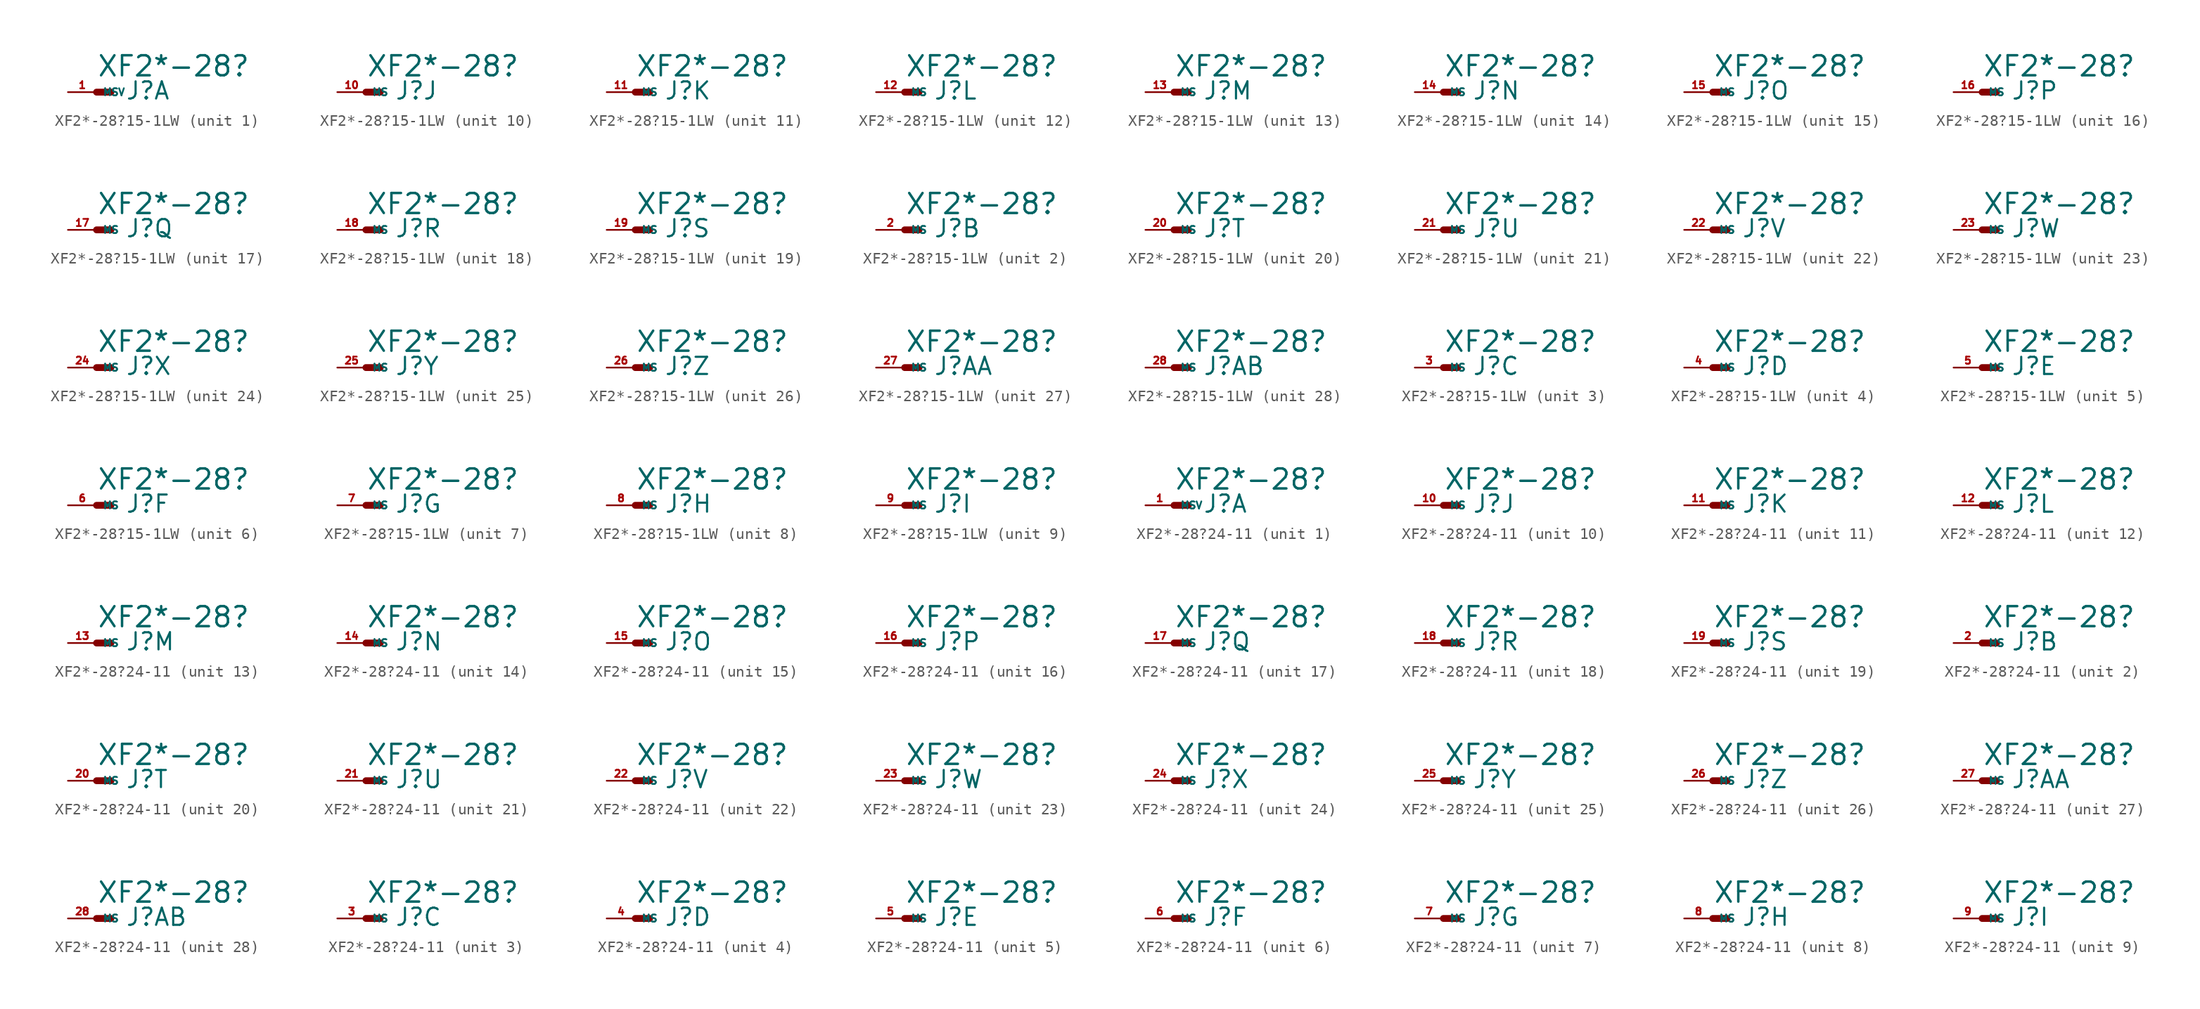
<source format=kicad_sym>
(kicad_symbol_lib
  (version 20220914)
  (generator Eagle2Kicad)
  (symbol "XF2*-28?15-1LW"
    (property "Reference" "J"
      (at 2.54 -0.762 0)
      (effects (font (size 1.524 1.524) (thickness 0.19)) (justify left bottom)))
    (property "Value" "XF2*-28?"
      (at 0 1.27 0)
      (effects (font (size 1.778 1.778) (thickness 0.22)) (justify left bottom)))
    (symbol "XF2*-28?15-1LW_1_0"
      (polyline (pts (xy 0 0) (xy 1.27 0)) (stroke (width 0.61) (type default)) (fill (type none)))
      (pin passive line (at -2.54 0 0) (length 2.54) (name "MSV" (effects (font (size 0.635 0.635) (thickness 0.08)) (justify left bottom))) (number "1" (effects (font (size 0.635 0.635) (thickness 0.08)) (justify left bottom)))))
    (symbol "XF2*-28?15-1LW_2_0"
      (polyline (pts (xy 0 0) (xy 1.27 0)) (stroke (width 0.61) (type default)) (fill (type none)))
      (pin passive line (at -2.54 0 0) (length 2.54) (name "MS" (effects (font (size 0.635 0.635) (thickness 0.08)) (justify left bottom))) (number "2" (effects (font (size 0.635 0.635) (thickness 0.08)) (justify left bottom)))))
    (symbol "XF2*-28?15-1LW_3_0"
      (polyline (pts (xy 0 0) (xy 1.27 0)) (stroke (width 0.61) (type default)) (fill (type none)))
      (pin passive line (at -2.54 0 0) (length 2.54) (name "MS" (effects (font (size 0.635 0.635) (thickness 0.08)) (justify left bottom))) (number "3" (effects (font (size 0.635 0.635) (thickness 0.08)) (justify left bottom)))))
    (symbol "XF2*-28?15-1LW_4_0"
      (polyline (pts (xy 0 0) (xy 1.27 0)) (stroke (width 0.61) (type default)) (fill (type none)))
      (pin passive line (at -2.54 0 0) (length 2.54) (name "MS" (effects (font (size 0.635 0.635) (thickness 0.08)) (justify left bottom))) (number "4" (effects (font (size 0.635 0.635) (thickness 0.08)) (justify left bottom)))))
    (symbol "XF2*-28?15-1LW_5_0"
      (polyline (pts (xy 0 0) (xy 1.27 0)) (stroke (width 0.61) (type default)) (fill (type none)))
      (pin passive line (at -2.54 0 0) (length 2.54) (name "MS" (effects (font (size 0.635 0.635) (thickness 0.08)) (justify left bottom))) (number "5" (effects (font (size 0.635 0.635) (thickness 0.08)) (justify left bottom)))))
    (symbol "XF2*-28?15-1LW_6_0"
      (polyline (pts (xy 0 0) (xy 1.27 0)) (stroke (width 0.61) (type default)) (fill (type none)))
      (pin passive line (at -2.54 0 0) (length 2.54) (name "MS" (effects (font (size 0.635 0.635) (thickness 0.08)) (justify left bottom))) (number "6" (effects (font (size 0.635 0.635) (thickness 0.08)) (justify left bottom)))))
    (symbol "XF2*-28?15-1LW_7_0"
      (polyline (pts (xy 0 0) (xy 1.27 0)) (stroke (width 0.61) (type default)) (fill (type none)))
      (pin passive line (at -2.54 0 0) (length 2.54) (name "MS" (effects (font (size 0.635 0.635) (thickness 0.08)) (justify left bottom))) (number "7" (effects (font (size 0.635 0.635) (thickness 0.08)) (justify left bottom)))))
    (symbol "XF2*-28?15-1LW_8_0"
      (polyline (pts (xy 0 0) (xy 1.27 0)) (stroke (width 0.61) (type default)) (fill (type none)))
      (pin passive line (at -2.54 0 0) (length 2.54) (name "MS" (effects (font (size 0.635 0.635) (thickness 0.08)) (justify left bottom))) (number "8" (effects (font (size 0.635 0.635) (thickness 0.08)) (justify left bottom)))))
    (symbol "XF2*-28?15-1LW_9_0"
      (polyline (pts (xy 0 0) (xy 1.27 0)) (stroke (width 0.61) (type default)) (fill (type none)))
      (pin passive line (at -2.54 0 0) (length 2.54) (name "MS" (effects (font (size 0.635 0.635) (thickness 0.08)) (justify left bottom))) (number "9" (effects (font (size 0.635 0.635) (thickness 0.08)) (justify left bottom)))))
    (symbol "XF2*-28?15-1LW_10_0"
      (polyline (pts (xy 0 0) (xy 1.27 0)) (stroke (width 0.61) (type default)) (fill (type none)))
      (pin passive line (at -2.54 0 0) (length 2.54) (name "MS" (effects (font (size 0.635 0.635) (thickness 0.08)) (justify left bottom))) (number "10" (effects (font (size 0.635 0.635) (thickness 0.08)) (justify left bottom)))))
    (symbol "XF2*-28?15-1LW_11_0"
      (polyline (pts (xy 0 0) (xy 1.27 0)) (stroke (width 0.61) (type default)) (fill (type none)))
      (pin passive line (at -2.54 0 0) (length 2.54) (name "MS" (effects (font (size 0.635 0.635) (thickness 0.08)) (justify left bottom))) (number "11" (effects (font (size 0.635 0.635) (thickness 0.08)) (justify left bottom)))))
    (symbol "XF2*-28?15-1LW_12_0"
      (polyline (pts (xy 0 0) (xy 1.27 0)) (stroke (width 0.61) (type default)) (fill (type none)))
      (pin passive line (at -2.54 0 0) (length 2.54) (name "MS" (effects (font (size 0.635 0.635) (thickness 0.08)) (justify left bottom))) (number "12" (effects (font (size 0.635 0.635) (thickness 0.08)) (justify left bottom)))))
    (symbol "XF2*-28?15-1LW_13_0"
      (polyline (pts (xy 0 0) (xy 1.27 0)) (stroke (width 0.61) (type default)) (fill (type none)))
      (pin passive line (at -2.54 0 0) (length 2.54) (name "MS" (effects (font (size 0.635 0.635) (thickness 0.08)) (justify left bottom))) (number "13" (effects (font (size 0.635 0.635) (thickness 0.08)) (justify left bottom)))))
    (symbol "XF2*-28?15-1LW_14_0"
      (polyline (pts (xy 0 0) (xy 1.27 0)) (stroke (width 0.61) (type default)) (fill (type none)))
      (pin passive line (at -2.54 0 0) (length 2.54) (name "MS" (effects (font (size 0.635 0.635) (thickness 0.08)) (justify left bottom))) (number "14" (effects (font (size 0.635 0.635) (thickness 0.08)) (justify left bottom)))))
    (symbol "XF2*-28?15-1LW_15_0"
      (polyline (pts (xy 0 0) (xy 1.27 0)) (stroke (width 0.61) (type default)) (fill (type none)))
      (pin passive line (at -2.54 0 0) (length 2.54) (name "MS" (effects (font (size 0.635 0.635) (thickness 0.08)) (justify left bottom))) (number "15" (effects (font (size 0.635 0.635) (thickness 0.08)) (justify left bottom)))))
    (symbol "XF2*-28?15-1LW_16_0"
      (polyline (pts (xy 0 0) (xy 1.27 0)) (stroke (width 0.61) (type default)) (fill (type none)))
      (pin passive line (at -2.54 0 0) (length 2.54) (name "MS" (effects (font (size 0.635 0.635) (thickness 0.08)) (justify left bottom))) (number "16" (effects (font (size 0.635 0.635) (thickness 0.08)) (justify left bottom)))))
    (symbol "XF2*-28?15-1LW_17_0"
      (polyline (pts (xy 0 0) (xy 1.27 0)) (stroke (width 0.61) (type default)) (fill (type none)))
      (pin passive line (at -2.54 0 0) (length 2.54) (name "MS" (effects (font (size 0.635 0.635) (thickness 0.08)) (justify left bottom))) (number "17" (effects (font (size 0.635 0.635) (thickness 0.08)) (justify left bottom)))))
    (symbol "XF2*-28?15-1LW_18_0"
      (polyline (pts (xy 0 0) (xy 1.27 0)) (stroke (width 0.61) (type default)) (fill (type none)))
      (pin passive line (at -2.54 0 0) (length 2.54) (name "MS" (effects (font (size 0.635 0.635) (thickness 0.08)) (justify left bottom))) (number "18" (effects (font (size 0.635 0.635) (thickness 0.08)) (justify left bottom)))))
    (symbol "XF2*-28?15-1LW_19_0"
      (polyline (pts (xy 0 0) (xy 1.27 0)) (stroke (width 0.61) (type default)) (fill (type none)))
      (pin passive line (at -2.54 0 0) (length 2.54) (name "MS" (effects (font (size 0.635 0.635) (thickness 0.08)) (justify left bottom))) (number "19" (effects (font (size 0.635 0.635) (thickness 0.08)) (justify left bottom)))))
    (symbol "XF2*-28?15-1LW_20_0"
      (polyline (pts (xy 0 0) (xy 1.27 0)) (stroke (width 0.61) (type default)) (fill (type none)))
      (pin passive line (at -2.54 0 0) (length 2.54) (name "MS" (effects (font (size 0.635 0.635) (thickness 0.08)) (justify left bottom))) (number "20" (effects (font (size 0.635 0.635) (thickness 0.08)) (justify left bottom)))))
    (symbol "XF2*-28?15-1LW_21_0"
      (polyline (pts (xy 0 0) (xy 1.27 0)) (stroke (width 0.61) (type default)) (fill (type none)))
      (pin passive line (at -2.54 0 0) (length 2.54) (name "MS" (effects (font (size 0.635 0.635) (thickness 0.08)) (justify left bottom))) (number "21" (effects (font (size 0.635 0.635) (thickness 0.08)) (justify left bottom)))))
    (symbol "XF2*-28?15-1LW_22_0"
      (polyline (pts (xy 0 0) (xy 1.27 0)) (stroke (width 0.61) (type default)) (fill (type none)))
      (pin passive line (at -2.54 0 0) (length 2.54) (name "MS" (effects (font (size 0.635 0.635) (thickness 0.08)) (justify left bottom))) (number "22" (effects (font (size 0.635 0.635) (thickness 0.08)) (justify left bottom)))))
    (symbol "XF2*-28?15-1LW_23_0"
      (polyline (pts (xy 0 0) (xy 1.27 0)) (stroke (width 0.61) (type default)) (fill (type none)))
      (pin passive line (at -2.54 0 0) (length 2.54) (name "MS" (effects (font (size 0.635 0.635) (thickness 0.08)) (justify left bottom))) (number "23" (effects (font (size 0.635 0.635) (thickness 0.08)) (justify left bottom)))))
    (symbol "XF2*-28?15-1LW_24_0"
      (polyline (pts (xy 0 0) (xy 1.27 0)) (stroke (width 0.61) (type default)) (fill (type none)))
      (pin passive line (at -2.54 0 0) (length 2.54) (name "MS" (effects (font (size 0.635 0.635) (thickness 0.08)) (justify left bottom))) (number "24" (effects (font (size 0.635 0.635) (thickness 0.08)) (justify left bottom)))))
    (symbol "XF2*-28?15-1LW_25_0"
      (polyline (pts (xy 0 0) (xy 1.27 0)) (stroke (width 0.61) (type default)) (fill (type none)))
      (pin passive line (at -2.54 0 0) (length 2.54) (name "MS" (effects (font (size 0.635 0.635) (thickness 0.08)) (justify left bottom))) (number "25" (effects (font (size 0.635 0.635) (thickness 0.08)) (justify left bottom)))))
    (symbol "XF2*-28?15-1LW_26_0"
      (polyline (pts (xy 0 0) (xy 1.27 0)) (stroke (width 0.61) (type default)) (fill (type none)))
      (pin passive line (at -2.54 0 0) (length 2.54) (name "MS" (effects (font (size 0.635 0.635) (thickness 0.08)) (justify left bottom))) (number "26" (effects (font (size 0.635 0.635) (thickness 0.08)) (justify left bottom)))))
    (symbol "XF2*-28?15-1LW_27_0"
      (polyline (pts (xy 0 0) (xy 1.27 0)) (stroke (width 0.61) (type default)) (fill (type none)))
      (pin passive line (at -2.54 0 0) (length 2.54) (name "MS" (effects (font (size 0.635 0.635) (thickness 0.08)) (justify left bottom))) (number "27" (effects (font (size 0.635 0.635) (thickness 0.08)) (justify left bottom)))))
    (symbol "XF2*-28?15-1LW_28_0"
      (polyline (pts (xy 0 0) (xy 1.27 0)) (stroke (width 0.61) (type default)) (fill (type none)))
      (pin passive line (at -2.54 0 0) (length 2.54) (name "MS" (effects (font (size 0.635 0.635) (thickness 0.08)) (justify left bottom))) (number "28" (effects (font (size 0.635 0.635) (thickness 0.08)) (justify left bottom))))))
  (symbol "XF2*-28?24-11"
    (property "Reference" "J"
      (at 2.54 -0.762 0)
      (effects (font (size 1.524 1.524) (thickness 0.19)) (justify left bottom)))
    (property "Value" "XF2*-28?"
      (at 0 1.27 0)
      (effects (font (size 1.778 1.778) (thickness 0.22)) (justify left bottom)))
    (symbol "XF2*-28?24-11_1_0"
      (polyline (pts (xy 0 0) (xy 1.27 0)) (stroke (width 0.61) (type default)) (fill (type none)))
      (pin passive line (at -2.54 0 0) (length 2.54) (name "MSV" (effects (font (size 0.635 0.635) (thickness 0.08)) (justify left bottom))) (number "1" (effects (font (size 0.635 0.635) (thickness 0.08)) (justify left bottom)))))
    (symbol "XF2*-28?24-11_2_0"
      (polyline (pts (xy 0 0) (xy 1.27 0)) (stroke (width 0.61) (type default)) (fill (type none)))
      (pin passive line (at -2.54 0 0) (length 2.54) (name "MS" (effects (font (size 0.635 0.635) (thickness 0.08)) (justify left bottom))) (number "2" (effects (font (size 0.635 0.635) (thickness 0.08)) (justify left bottom)))))
    (symbol "XF2*-28?24-11_3_0"
      (polyline (pts (xy 0 0) (xy 1.27 0)) (stroke (width 0.61) (type default)) (fill (type none)))
      (pin passive line (at -2.54 0 0) (length 2.54) (name "MS" (effects (font (size 0.635 0.635) (thickness 0.08)) (justify left bottom))) (number "3" (effects (font (size 0.635 0.635) (thickness 0.08)) (justify left bottom)))))
    (symbol "XF2*-28?24-11_4_0"
      (polyline (pts (xy 0 0) (xy 1.27 0)) (stroke (width 0.61) (type default)) (fill (type none)))
      (pin passive line (at -2.54 0 0) (length 2.54) (name "MS" (effects (font (size 0.635 0.635) (thickness 0.08)) (justify left bottom))) (number "4" (effects (font (size 0.635 0.635) (thickness 0.08)) (justify left bottom)))))
    (symbol "XF2*-28?24-11_5_0"
      (polyline (pts (xy 0 0) (xy 1.27 0)) (stroke (width 0.61) (type default)) (fill (type none)))
      (pin passive line (at -2.54 0 0) (length 2.54) (name "MS" (effects (font (size 0.635 0.635) (thickness 0.08)) (justify left bottom))) (number "5" (effects (font (size 0.635 0.635) (thickness 0.08)) (justify left bottom)))))
    (symbol "XF2*-28?24-11_6_0"
      (polyline (pts (xy 0 0) (xy 1.27 0)) (stroke (width 0.61) (type default)) (fill (type none)))
      (pin passive line (at -2.54 0 0) (length 2.54) (name "MS" (effects (font (size 0.635 0.635) (thickness 0.08)) (justify left bottom))) (number "6" (effects (font (size 0.635 0.635) (thickness 0.08)) (justify left bottom)))))
    (symbol "XF2*-28?24-11_7_0"
      (polyline (pts (xy 0 0) (xy 1.27 0)) (stroke (width 0.61) (type default)) (fill (type none)))
      (pin passive line (at -2.54 0 0) (length 2.54) (name "MS" (effects (font (size 0.635 0.635) (thickness 0.08)) (justify left bottom))) (number "7" (effects (font (size 0.635 0.635) (thickness 0.08)) (justify left bottom)))))
    (symbol "XF2*-28?24-11_8_0"
      (polyline (pts (xy 0 0) (xy 1.27 0)) (stroke (width 0.61) (type default)) (fill (type none)))
      (pin passive line (at -2.54 0 0) (length 2.54) (name "MS" (effects (font (size 0.635 0.635) (thickness 0.08)) (justify left bottom))) (number "8" (effects (font (size 0.635 0.635) (thickness 0.08)) (justify left bottom)))))
    (symbol "XF2*-28?24-11_9_0"
      (polyline (pts (xy 0 0) (xy 1.27 0)) (stroke (width 0.61) (type default)) (fill (type none)))
      (pin passive line (at -2.54 0 0) (length 2.54) (name "MS" (effects (font (size 0.635 0.635) (thickness 0.08)) (justify left bottom))) (number "9" (effects (font (size 0.635 0.635) (thickness 0.08)) (justify left bottom)))))
    (symbol "XF2*-28?24-11_10_0"
      (polyline (pts (xy 0 0) (xy 1.27 0)) (stroke (width 0.61) (type default)) (fill (type none)))
      (pin passive line (at -2.54 0 0) (length 2.54) (name "MS" (effects (font (size 0.635 0.635) (thickness 0.08)) (justify left bottom))) (number "10" (effects (font (size 0.635 0.635) (thickness 0.08)) (justify left bottom)))))
    (symbol "XF2*-28?24-11_11_0"
      (polyline (pts (xy 0 0) (xy 1.27 0)) (stroke (width 0.61) (type default)) (fill (type none)))
      (pin passive line (at -2.54 0 0) (length 2.54) (name "MS" (effects (font (size 0.635 0.635) (thickness 0.08)) (justify left bottom))) (number "11" (effects (font (size 0.635 0.635) (thickness 0.08)) (justify left bottom)))))
    (symbol "XF2*-28?24-11_12_0"
      (polyline (pts (xy 0 0) (xy 1.27 0)) (stroke (width 0.61) (type default)) (fill (type none)))
      (pin passive line (at -2.54 0 0) (length 2.54) (name "MS" (effects (font (size 0.635 0.635) (thickness 0.08)) (justify left bottom))) (number "12" (effects (font (size 0.635 0.635) (thickness 0.08)) (justify left bottom)))))
    (symbol "XF2*-28?24-11_13_0"
      (polyline (pts (xy 0 0) (xy 1.27 0)) (stroke (width 0.61) (type default)) (fill (type none)))
      (pin passive line (at -2.54 0 0) (length 2.54) (name "MS" (effects (font (size 0.635 0.635) (thickness 0.08)) (justify left bottom))) (number "13" (effects (font (size 0.635 0.635) (thickness 0.08)) (justify left bottom)))))
    (symbol "XF2*-28?24-11_14_0"
      (polyline (pts (xy 0 0) (xy 1.27 0)) (stroke (width 0.61) (type default)) (fill (type none)))
      (pin passive line (at -2.54 0 0) (length 2.54) (name "MS" (effects (font (size 0.635 0.635) (thickness 0.08)) (justify left bottom))) (number "14" (effects (font (size 0.635 0.635) (thickness 0.08)) (justify left bottom)))))
    (symbol "XF2*-28?24-11_15_0"
      (polyline (pts (xy 0 0) (xy 1.27 0)) (stroke (width 0.61) (type default)) (fill (type none)))
      (pin passive line (at -2.54 0 0) (length 2.54) (name "MS" (effects (font (size 0.635 0.635) (thickness 0.08)) (justify left bottom))) (number "15" (effects (font (size 0.635 0.635) (thickness 0.08)) (justify left bottom)))))
    (symbol "XF2*-28?24-11_16_0"
      (polyline (pts (xy 0 0) (xy 1.27 0)) (stroke (width 0.61) (type default)) (fill (type none)))
      (pin passive line (at -2.54 0 0) (length 2.54) (name "MS" (effects (font (size 0.635 0.635) (thickness 0.08)) (justify left bottom))) (number "16" (effects (font (size 0.635 0.635) (thickness 0.08)) (justify left bottom)))))
    (symbol "XF2*-28?24-11_17_0"
      (polyline (pts (xy 0 0) (xy 1.27 0)) (stroke (width 0.61) (type default)) (fill (type none)))
      (pin passive line (at -2.54 0 0) (length 2.54) (name "MS" (effects (font (size 0.635 0.635) (thickness 0.08)) (justify left bottom))) (number "17" (effects (font (size 0.635 0.635) (thickness 0.08)) (justify left bottom)))))
    (symbol "XF2*-28?24-11_18_0"
      (polyline (pts (xy 0 0) (xy 1.27 0)) (stroke (width 0.61) (type default)) (fill (type none)))
      (pin passive line (at -2.54 0 0) (length 2.54) (name "MS" (effects (font (size 0.635 0.635) (thickness 0.08)) (justify left bottom))) (number "18" (effects (font (size 0.635 0.635) (thickness 0.08)) (justify left bottom)))))
    (symbol "XF2*-28?24-11_19_0"
      (polyline (pts (xy 0 0) (xy 1.27 0)) (stroke (width 0.61) (type default)) (fill (type none)))
      (pin passive line (at -2.54 0 0) (length 2.54) (name "MS" (effects (font (size 0.635 0.635) (thickness 0.08)) (justify left bottom))) (number "19" (effects (font (size 0.635 0.635) (thickness 0.08)) (justify left bottom)))))
    (symbol "XF2*-28?24-11_20_0"
      (polyline (pts (xy 0 0) (xy 1.27 0)) (stroke (width 0.61) (type default)) (fill (type none)))
      (pin passive line (at -2.54 0 0) (length 2.54) (name "MS" (effects (font (size 0.635 0.635) (thickness 0.08)) (justify left bottom))) (number "20" (effects (font (size 0.635 0.635) (thickness 0.08)) (justify left bottom)))))
    (symbol "XF2*-28?24-11_21_0"
      (polyline (pts (xy 0 0) (xy 1.27 0)) (stroke (width 0.61) (type default)) (fill (type none)))
      (pin passive line (at -2.54 0 0) (length 2.54) (name "MS" (effects (font (size 0.635 0.635) (thickness 0.08)) (justify left bottom))) (number "21" (effects (font (size 0.635 0.635) (thickness 0.08)) (justify left bottom)))))
    (symbol "XF2*-28?24-11_22_0"
      (polyline (pts (xy 0 0) (xy 1.27 0)) (stroke (width 0.61) (type default)) (fill (type none)))
      (pin passive line (at -2.54 0 0) (length 2.54) (name "MS" (effects (font (size 0.635 0.635) (thickness 0.08)) (justify left bottom))) (number "22" (effects (font (size 0.635 0.635) (thickness 0.08)) (justify left bottom)))))
    (symbol "XF2*-28?24-11_23_0"
      (polyline (pts (xy 0 0) (xy 1.27 0)) (stroke (width 0.61) (type default)) (fill (type none)))
      (pin passive line (at -2.54 0 0) (length 2.54) (name "MS" (effects (font (size 0.635 0.635) (thickness 0.08)) (justify left bottom))) (number "23" (effects (font (size 0.635 0.635) (thickness 0.08)) (justify left bottom)))))
    (symbol "XF2*-28?24-11_24_0"
      (polyline (pts (xy 0 0) (xy 1.27 0)) (stroke (width 0.61) (type default)) (fill (type none)))
      (pin passive line (at -2.54 0 0) (length 2.54) (name "MS" (effects (font (size 0.635 0.635) (thickness 0.08)) (justify left bottom))) (number "24" (effects (font (size 0.635 0.635) (thickness 0.08)) (justify left bottom)))))
    (symbol "XF2*-28?24-11_25_0"
      (polyline (pts (xy 0 0) (xy 1.27 0)) (stroke (width 0.61) (type default)) (fill (type none)))
      (pin passive line (at -2.54 0 0) (length 2.54) (name "MS" (effects (font (size 0.635 0.635) (thickness 0.08)) (justify left bottom))) (number "25" (effects (font (size 0.635 0.635) (thickness 0.08)) (justify left bottom)))))
    (symbol "XF2*-28?24-11_26_0"
      (polyline (pts (xy 0 0) (xy 1.27 0)) (stroke (width 0.61) (type default)) (fill (type none)))
      (pin passive line (at -2.54 0 0) (length 2.54) (name "MS" (effects (font (size 0.635 0.635) (thickness 0.08)) (justify left bottom))) (number "26" (effects (font (size 0.635 0.635) (thickness 0.08)) (justify left bottom)))))
    (symbol "XF2*-28?24-11_27_0"
      (polyline (pts (xy 0 0) (xy 1.27 0)) (stroke (width 0.61) (type default)) (fill (type none)))
      (pin passive line (at -2.54 0 0) (length 2.54) (name "MS" (effects (font (size 0.635 0.635) (thickness 0.08)) (justify left bottom))) (number "27" (effects (font (size 0.635 0.635) (thickness 0.08)) (justify left bottom)))))
    (symbol "XF2*-28?24-11_28_0"
      (polyline (pts (xy 0 0) (xy 1.27 0)) (stroke (width 0.61) (type default)) (fill (type none)))
      (pin passive line (at -2.54 0 0) (length 2.54) (name "MS" (effects (font (size 0.635 0.635) (thickness 0.08)) (justify left bottom))) (number "28" (effects (font (size 0.635 0.635) (thickness 0.08)) (justify left bottom)))))))
</source>
